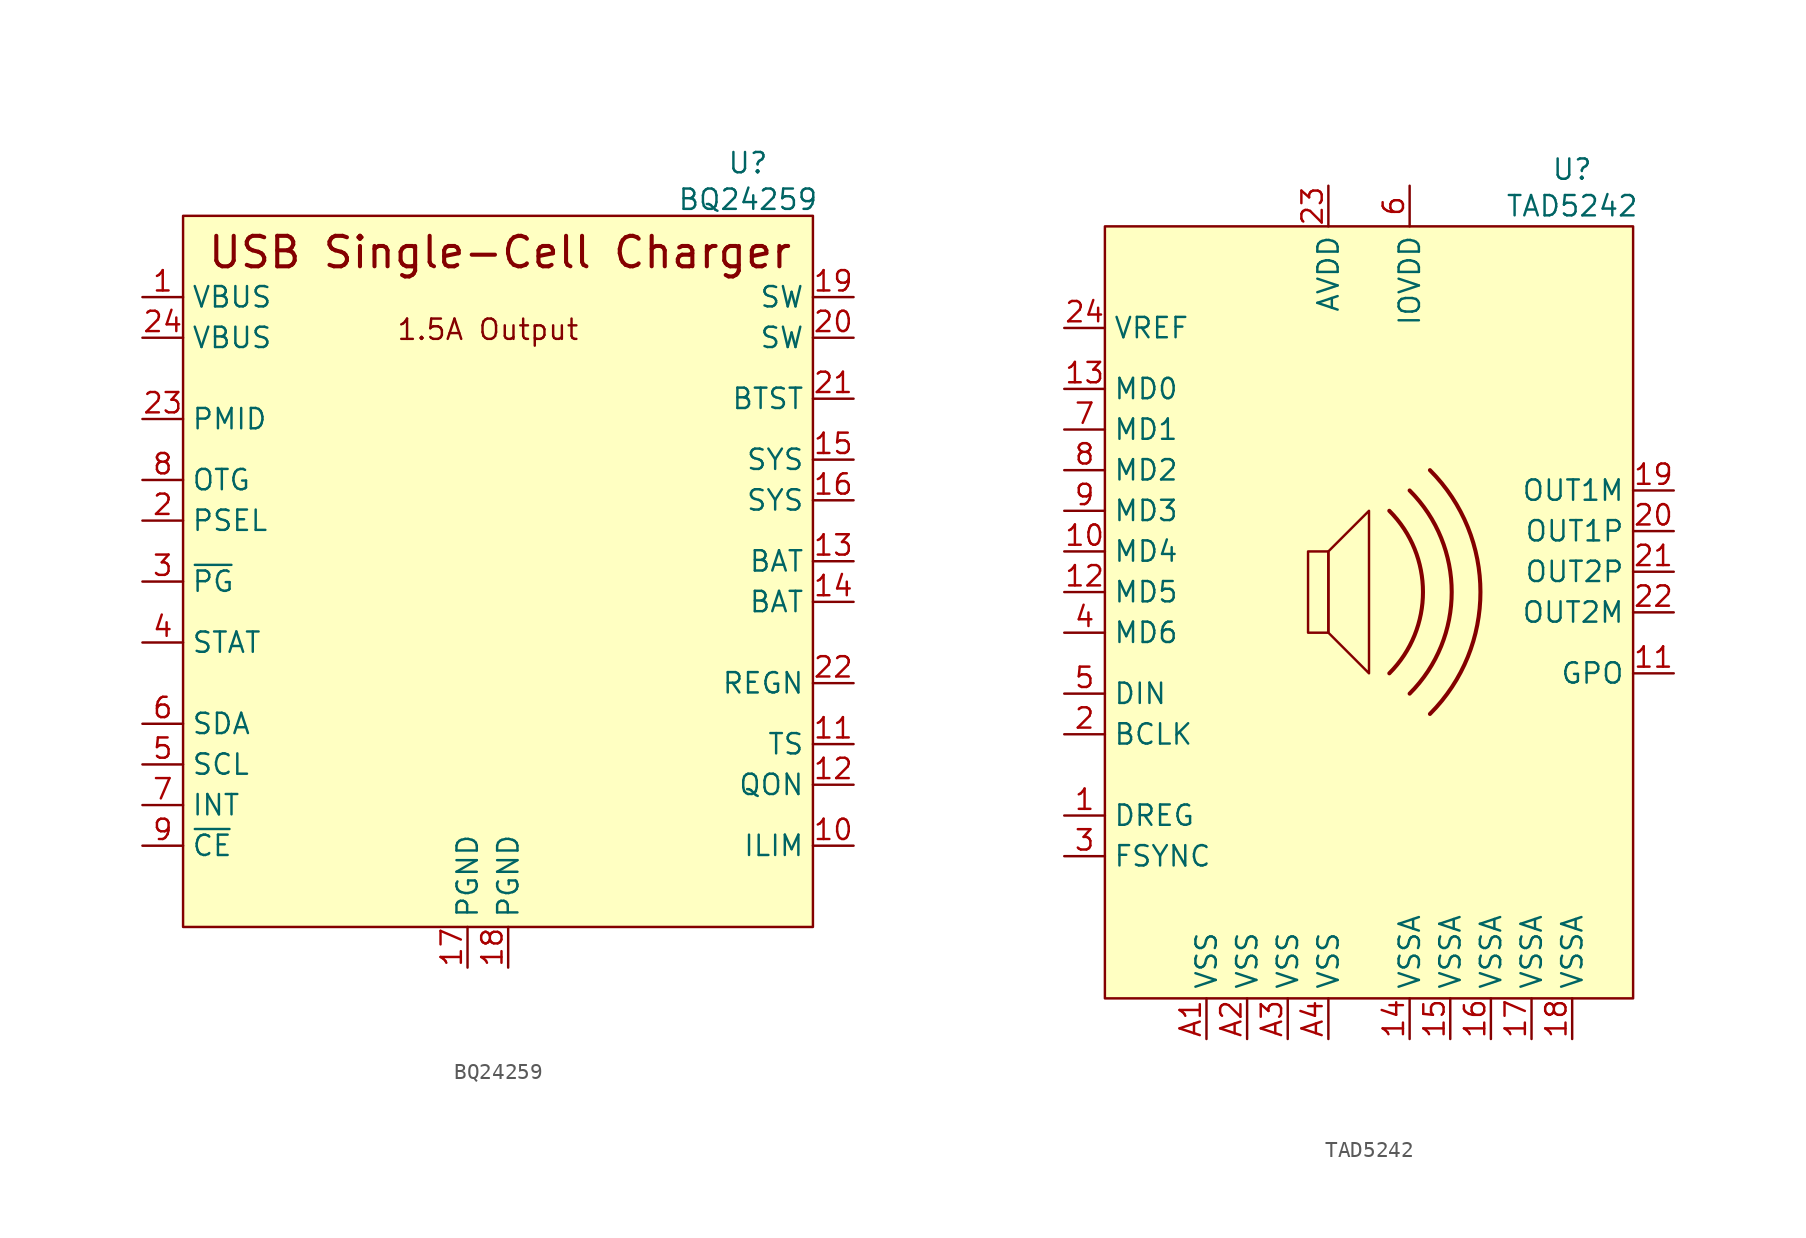
<source format=kicad_sym>
(kicad_symbol_lib
  (version 20241209)
  (generator "kicad_symbol_editor")
  (generator_version "9.0")
  (symbol "BQ24259"
    (property "Reference" "U"
      (at 16.256 5.842 0)
      (effects (font (size 1.27 1.27))))
    (property "Value" "BQ24259"
      (at 16.256 3.556 0)
      (effects (font (size 1.27 1.27))))
    (symbol "BQ24259_1_1"
      (rectangle (start -19.05 2.54) (end 20.32 -41.91) (stroke (width 0) (type solid)) (fill (type background)))
      (text "1.5A Output" (at 0 -4.572 0) (effects (font (size 1.27 1.27))))
      (text "USB Single-Cell Charger" (at 0.762 0.254 0) (effects (font (size 1.905 1.905) (thickness 0.254) (bold yes))))
      (pin power_in line (at -21.59 -2.54 0) (length 2.54) (name "VBUS" (effects (font (size 1.27 1.27)))) (number "1" (effects (font (size 1.27 1.27)))))
      (pin power_in line (at -21.59 -5.08 0) (length 2.54) (name "VBUS" (effects (font (size 1.27 1.27)))) (number "24" (effects (font (size 1.27 1.27)))))
      (pin power_out line (at -21.59 -10.16 0) (length 2.54) (name "PMID" (effects (font (size 1.27 1.27)))) (number "23" (effects (font (size 1.27 1.27)))))
      (pin input line (at -21.59 -13.97 0) (length 2.54) (name "OTG" (effects (font (size 1.27 1.27)))) (number "8" (effects (font (size 1.27 1.27)))))
      (pin input line (at -21.59 -16.51 0) (length 2.54) (name "PSEL" (effects (font (size 1.27 1.27)))) (number "2" (effects (font (size 1.27 1.27)))))
      (pin output line (at -21.59 -20.32 0) (length 2.54) (name "~{PG}" (effects (font (size 1.27 1.27)))) (number "3" (effects (font (size 1.27 1.27)))))
      (pin output line (at -21.59 -24.13 0) (length 2.54) (name "STAT" (effects (font (size 1.27 1.27)))) (number "4" (effects (font (size 1.27 1.27)))))
      (pin bidirectional line (at -21.59 -29.21 0) (length 2.54) (name "SDA" (effects (font (size 1.27 1.27)))) (number "6" (effects (font (size 1.27 1.27)))))
      (pin input line (at -21.59 -31.75 0) (length 2.54) (name "SCL" (effects (font (size 1.27 1.27)))) (number "5" (effects (font (size 1.27 1.27)))))
      (pin output line (at -21.59 -34.29 0) (length 2.54) (name "INT" (effects (font (size 1.27 1.27)))) (number "7" (effects (font (size 1.27 1.27)))))
      (pin input line (at -21.59 -36.83 0) (length 2.54) (name "~{CE}" (effects (font (size 1.27 1.27)))) (number "9" (effects (font (size 1.27 1.27)))))
      (pin power_in line (at -1.27 -44.45 90) (length 2.54) (name "PGND" (effects (font (size 1.27 1.27)))) (number "17" (effects (font (size 1.27 1.27)))))
      (pin power_in line (at 1.27 -44.45 90) (length 2.54) (name "PGND" (effects (font (size 1.27 1.27)))) (number "18" (effects (font (size 1.27 1.27)))))
      (pin power_out line (at 22.86 -2.54 180) (length 2.54) (name "SW" (effects (font (size 1.27 1.27)))) (number "19" (effects (font (size 1.27 1.27)))))
      (pin power_out line (at 22.86 -5.08 180) (length 2.54) (name "SW" (effects (font (size 1.27 1.27)))) (number "20" (effects (font (size 1.27 1.27)))))
      (pin power_out line (at 22.86 -8.89 180) (length 2.54) (name "BTST" (effects (font (size 1.27 1.27)))) (number "21" (effects (font (size 1.27 1.27)))))
      (pin input line (at 22.86 -12.7 180) (length 2.54) (name "SYS" (effects (font (size 1.27 1.27)))) (number "15" (effects (font (size 1.27 1.27)))))
      (pin input line (at 22.86 -15.24 180) (length 2.54) (name "SYS" (effects (font (size 1.27 1.27)))) (number "16" (effects (font (size 1.27 1.27)))))
      (pin power_out line (at 22.86 -19.05 180) (length 2.54) (name "BAT" (effects (font (size 1.27 1.27)))) (number "13" (effects (font (size 1.27 1.27)))))
      (pin power_out line (at 22.86 -21.59 180) (length 2.54) (name "BAT" (effects (font (size 1.27 1.27)))) (number "14" (effects (font (size 1.27 1.27)))))
      (pin power_out line (at 22.86 -26.67 180) (length 2.54) (name "REGN" (effects (font (size 1.27 1.27)))) (number "22" (effects (font (size 1.27 1.27)))))
      (pin input line (at 22.86 -30.48 180) (length 2.54) (name "TS" (effects (font (size 1.27 1.27)))) (number "11" (effects (font (size 1.27 1.27)))))
      (pin input line (at 22.86 -33.02 180) (length 2.54) (name "QON" (effects (font (size 1.27 1.27)))) (number "12" (effects (font (size 1.27 1.27)))))
      (pin input line (at 22.86 -36.83 180) (length 2.54) (name "ILIM" (effects (font (size 1.27 1.27)))) (number "10" (effects (font (size 1.27 1.27)))))))
  (symbol "TAD5242"
    (property "Reference" "U"
      (at 12.7 3.556 0)
      (effects (font (size 1.27 1.27))))
    (property "Value" "TAD5242"
      (at 12.7 1.27 0)
      (effects (font (size 1.27 1.27))))
    (symbol "TAD5242_1_1"
      (rectangle (start -16.51 0) (end 16.51 -48.26) (stroke (width 0) (type solid)) (fill (type background)))
      (rectangle (start -3.81 -20.32) (end -2.54 -25.4) (stroke (width 0) (type default)) (fill (type none)))
      (arc (start 1.27 -17.78) (mid 3.3742 -22.86) (end 1.27 -27.94) (stroke (width 0.254) (type solid)) (fill (type none)))
      (arc (start 3.81 -15.24) (mid 6.9663 -22.86) (end 3.81 -30.48) (stroke (width 0.254) (type solid)) (fill (type none)))
      (arc (start 2.54 -16.51) (mid 5.1703 -22.86) (end 2.54 -29.21) (stroke (width 0.254) (type solid)) (fill (type none)))
      (polyline (pts (xy -2.54 -20.32) (xy 0 -17.78) (xy 0 -27.94) (xy -2.54 -25.4) (xy -2.54 -20.32)) (stroke (width 0) (type default)) (fill (type none)))
      (pin input line (at -19.05 -6.35 0) (length 2.54) (name "VREF" (effects (font (size 1.27 1.27)))) (number "24" (effects (font (size 1.27 1.27)))))
      (pin input line (at -19.05 -10.16 0) (length 2.54) (name "MD0" (effects (font (size 1.27 1.27)))) (number "13" (effects (font (size 1.27 1.27)))))
      (pin input line (at -19.05 -12.7 0) (length 2.54) (name "MD1" (effects (font (size 1.27 1.27)))) (number "7" (effects (font (size 1.27 1.27)))))
      (pin input line (at -19.05 -15.24 0) (length 2.54) (name "MD2" (effects (font (size 1.27 1.27)))) (number "8" (effects (font (size 1.27 1.27)))))
      (pin input line (at -19.05 -17.78 0) (length 2.54) (name "MD3" (effects (font (size 1.27 1.27)))) (number "9" (effects (font (size 1.27 1.27)))))
      (pin input line (at -19.05 -20.32 0) (length 2.54) (name "MD4" (effects (font (size 1.27 1.27)))) (number "10" (effects (font (size 1.27 1.27)))))
      (pin input line (at -19.05 -22.86 0) (length 2.54) (name "MD5" (effects (font (size 1.27 1.27)))) (number "12" (effects (font (size 1.27 1.27)))))
      (pin bidirectional line (at -19.05 -25.4 0) (length 2.54) (name "MD6" (effects (font (size 1.27 1.27)))) (number "4" (effects (font (size 1.27 1.27)))))
      (pin input line (at -19.05 -29.21 0) (length 2.54) (name "DIN" (effects (font (size 1.27 1.27)))) (number "5" (effects (font (size 1.27 1.27)))))
      (pin bidirectional line (at -19.05 -31.75 0) (length 2.54) (name "BCLK" (effects (font (size 1.27 1.27)))) (number "2" (effects (font (size 1.27 1.27)))))
      (pin power_in line (at -19.05 -36.83 0) (length 2.54) (name "DREG" (effects (font (size 1.27 1.27)))) (number "1" (effects (font (size 1.27 1.27)))))
      (pin bidirectional line (at -19.05 -39.37 0) (length 2.54) (name "FSYNC" (effects (font (size 1.27 1.27)))) (number "3" (effects (font (size 1.27 1.27)))))
      (pin power_in line (at -10.16 -50.8 90) (length 2.54) (name "VSS" (effects (font (size 1.27 1.27)))) (number "A1" (effects (font (size 1.27 1.27)))))
      (pin power_in line (at -7.62 -50.8 90) (length 2.54) (name "VSS" (effects (font (size 1.27 1.27)))) (number "A2" (effects (font (size 1.27 1.27)))))
      (pin power_in line (at -5.08 -50.8 90) (length 2.54) (name "VSS" (effects (font (size 1.27 1.27)))) (number "A3" (effects (font (size 1.27 1.27)))))
      (pin power_in line (at -2.54 2.54 270) (length 2.54) (name "AVDD" (effects (font (size 1.27 1.27)))) (number "23" (effects (font (size 1.27 1.27)))))
      (pin power_in line (at -2.54 -50.8 90) (length 2.54) (name "VSS" (effects (font (size 1.27 1.27)))) (number "A4" (effects (font (size 1.27 1.27)))))
      (pin power_in line (at 2.54 2.54 270) (length 2.54) (name "IOVDD" (effects (font (size 1.27 1.27)))) (number "6" (effects (font (size 1.27 1.27)))))
      (pin power_in line (at 2.54 -50.8 90) (length 2.54) (name "VSSA" (effects (font (size 1.27 1.27)))) (number "14" (effects (font (size 1.27 1.27)))))
      (pin power_in line (at 5.08 -50.8 90) (length 2.54) (name "VSSA" (effects (font (size 1.27 1.27)))) (number "15" (effects (font (size 1.27 1.27)))))
      (pin power_in line (at 7.62 -50.8 90) (length 2.54) (name "VSSA" (effects (font (size 1.27 1.27)))) (number "16" (effects (font (size 1.27 1.27)))))
      (pin power_in line (at 10.16 -50.8 90) (length 2.54) (name "VSSA" (effects (font (size 1.27 1.27)))) (number "17" (effects (font (size 1.27 1.27)))))
      (pin power_in line (at 12.7 -50.8 90) (length 2.54) (name "VSSA" (effects (font (size 1.27 1.27)))) (number "18" (effects (font (size 1.27 1.27)))))
      (pin power_out line (at 19.05 -16.51 180) (length 2.54) (name "OUT1M" (effects (font (size 1.27 1.27)))) (number "19" (effects (font (size 1.27 1.27)))))
      (pin power_out line (at 19.05 -19.05 180) (length 2.54) (name "OUT1P" (effects (font (size 1.27 1.27)))) (number "20" (effects (font (size 1.27 1.27)))))
      (pin power_out line (at 19.05 -21.59 180) (length 2.54) (name "OUT2P" (effects (font (size 1.27 1.27)))) (number "21" (effects (font (size 1.27 1.27)))))
      (pin power_out line (at 19.05 -24.13 180) (length 2.54) (name "OUT2M" (effects (font (size 1.27 1.27)))) (number "22" (effects (font (size 1.27 1.27)))))
      (pin output line (at 19.05 -27.94 180) (length 2.54) (name "GPO" (effects (font (size 1.27 1.27)))) (number "11" (effects (font (size 1.27 1.27))))))))
</source>
